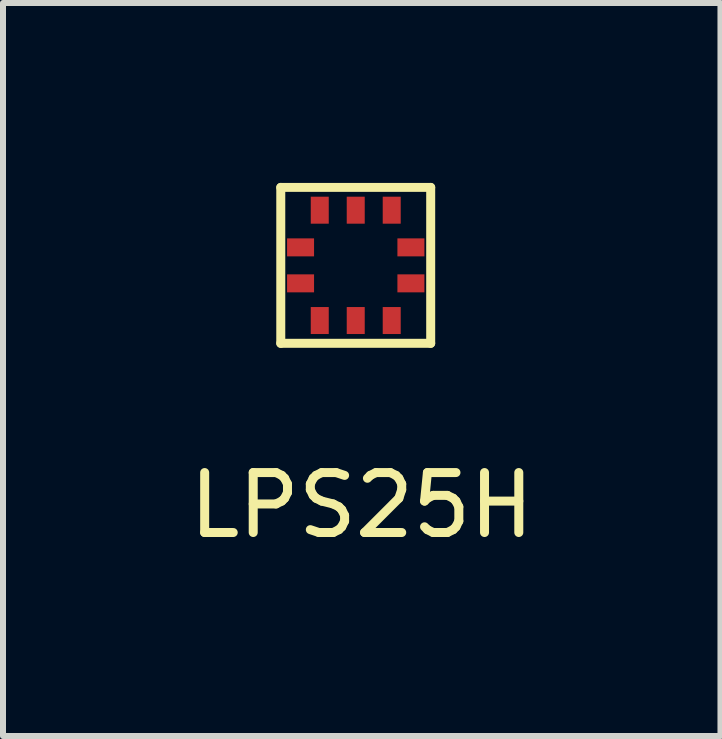
<source format=kicad_pcb>
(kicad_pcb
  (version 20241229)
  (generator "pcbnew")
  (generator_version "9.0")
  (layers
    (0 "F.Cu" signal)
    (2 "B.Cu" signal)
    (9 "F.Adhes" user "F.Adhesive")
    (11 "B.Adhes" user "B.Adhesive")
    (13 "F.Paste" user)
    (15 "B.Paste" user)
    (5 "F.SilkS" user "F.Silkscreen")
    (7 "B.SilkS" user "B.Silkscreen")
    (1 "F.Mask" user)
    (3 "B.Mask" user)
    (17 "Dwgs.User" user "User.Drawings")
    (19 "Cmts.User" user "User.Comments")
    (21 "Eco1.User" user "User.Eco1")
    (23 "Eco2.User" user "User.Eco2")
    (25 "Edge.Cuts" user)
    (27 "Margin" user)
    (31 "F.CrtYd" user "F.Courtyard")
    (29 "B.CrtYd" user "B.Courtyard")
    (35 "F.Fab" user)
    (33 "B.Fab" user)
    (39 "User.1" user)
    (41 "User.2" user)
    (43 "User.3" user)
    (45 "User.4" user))
  (footprint "LPS25H"
    (layer "F.Cu")
    (at 2.782 1.275)
    (property "Reference" "LPS25H" (at 0.2 4.1 0) (layer "F.SilkS") (effects (font (size 1 1) (thickness 0.15))))
    (attr through_hole)
    (fp_line (start -1.15 -1.2) (end 1.35 -1.2) (stroke (width 0.15) (type solid)) (layer "F.SilkS"))
    (fp_line (start -1.15 1.4) (end -1.15 -1.2) (stroke (width 0.15) (type solid)) (layer "F.SilkS"))
    (fp_line (start 1.35 -1.2) (end 1.35 1.4) (stroke (width 0.15) (type solid)) (layer "F.SilkS"))
    (fp_line (start 1.35 1.4) (end -1.15 1.4) (stroke (width 0.15) (type solid)) (layer "F.SilkS"))
    (pad "1" smd rect (at 1.02 -0.2) (size 0.45 0.3) (layers "F.Cu" "F.Mask" "F.Paste"))
    (pad "2" smd rect (at 1.02 0.4) (size 0.45 0.3) (layers "F.Cu" "F.Mask" "F.Paste"))
    (pad "3" smd rect (at 0.7 1.02) (size 0.3 0.45) (layers "F.Cu" "F.Mask" "F.Paste"))
    (pad "4" smd rect (at 0.1 1.02) (size 0.3 0.45) (layers "F.Cu" "F.Mask" "F.Paste"))
    (pad "5" smd rect (at -0.5 1.02) (size 0.3 0.45) (layers "F.Cu" "F.Mask" "F.Paste"))
    (pad "6" smd rect (at -0.82 0.4) (size 0.45 0.3) (layers "F.Cu" "F.Mask" "F.Paste"))
    (pad "7" smd rect (at -0.82 -0.2) (size 0.45 0.3) (layers "F.Cu" "F.Mask" "F.Paste"))
    (pad "8" smd rect (at -0.5 -0.82) (size 0.3 0.45) (layers "F.Cu" "F.Mask" "F.Paste"))
    (pad "9" smd rect (at 0.1 -0.82) (size 0.3 0.45) (layers "F.Cu" "F.Mask" "F.Paste"))
    (pad "10" smd rect (at 0.7 -0.82) (size 0.3 0.45) (layers "F.Cu" "F.Mask" "F.Paste")))
  (gr_rect
    (start -3 -3)
    (end 8.964 9.223)
    (stroke (width 0.1) (type default))
    (fill no)
    (layer "Edge.Cuts")))
</source>
